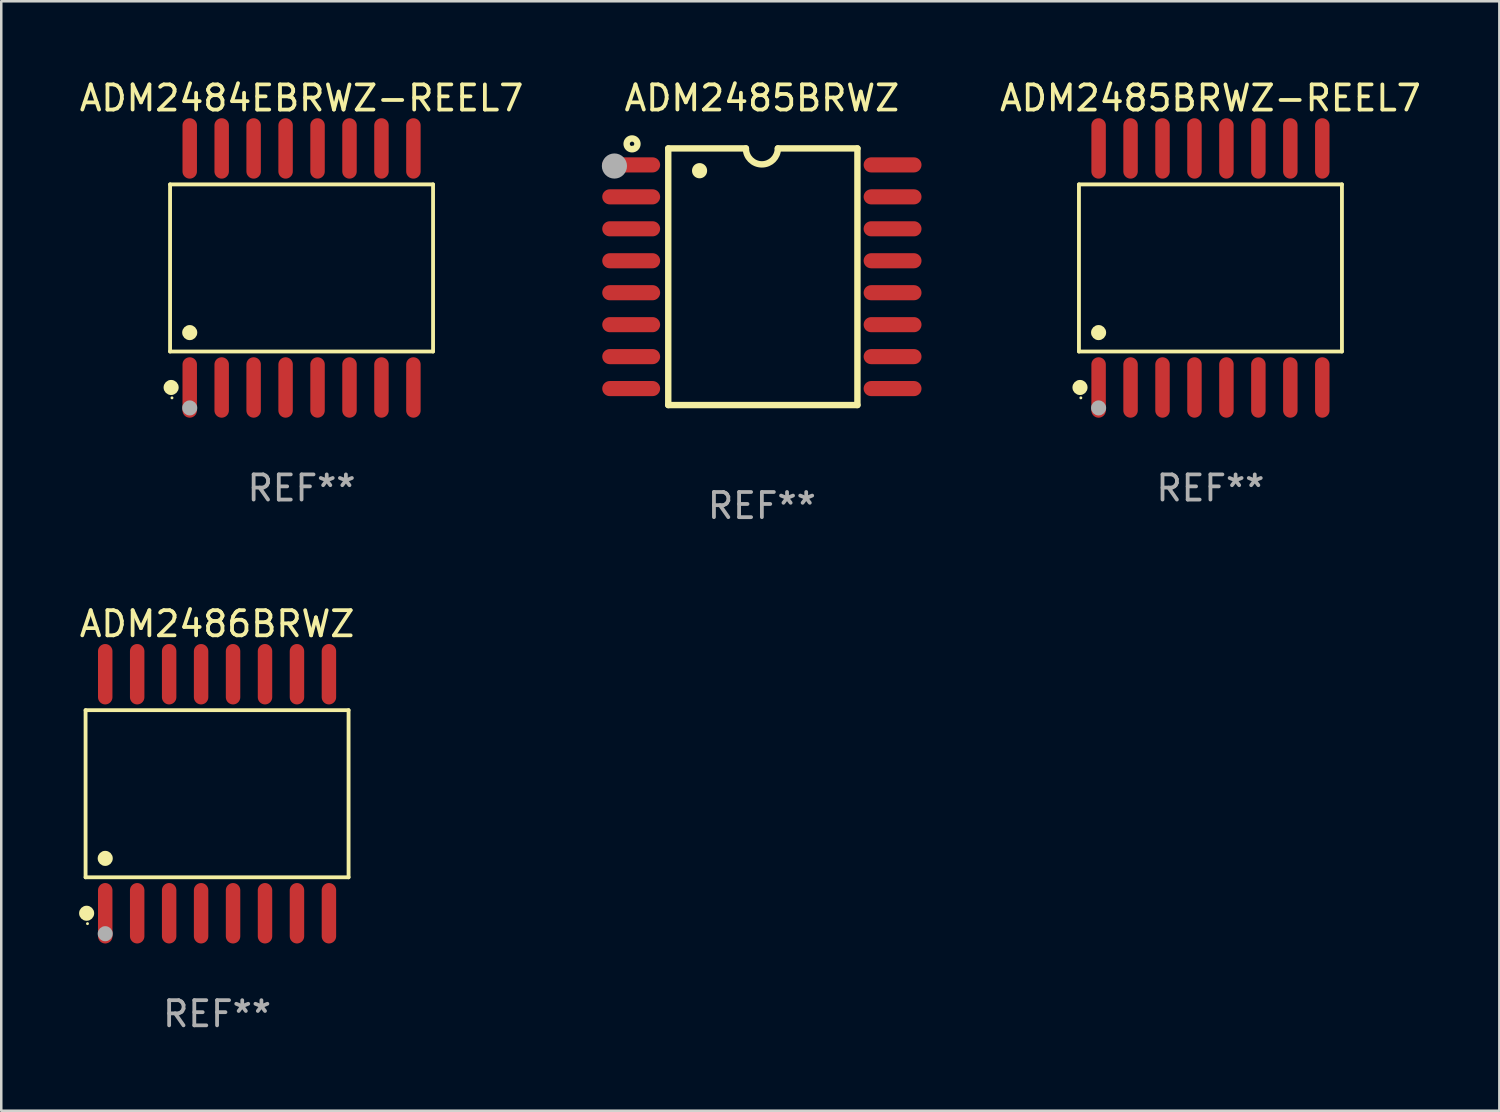
<source format=kicad_pcb>
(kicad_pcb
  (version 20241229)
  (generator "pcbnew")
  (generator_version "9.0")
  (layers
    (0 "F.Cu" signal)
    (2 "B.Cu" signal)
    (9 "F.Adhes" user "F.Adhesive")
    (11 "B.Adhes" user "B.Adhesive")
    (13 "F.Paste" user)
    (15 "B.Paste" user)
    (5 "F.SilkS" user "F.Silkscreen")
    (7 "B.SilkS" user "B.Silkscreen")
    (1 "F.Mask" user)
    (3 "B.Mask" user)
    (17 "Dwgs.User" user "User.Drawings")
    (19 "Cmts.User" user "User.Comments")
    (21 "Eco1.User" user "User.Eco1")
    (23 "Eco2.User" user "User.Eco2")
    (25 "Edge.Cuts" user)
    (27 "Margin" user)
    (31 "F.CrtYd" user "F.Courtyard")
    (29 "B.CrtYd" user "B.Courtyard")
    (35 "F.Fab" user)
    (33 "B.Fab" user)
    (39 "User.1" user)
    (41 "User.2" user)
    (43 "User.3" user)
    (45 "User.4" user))
  (footprint "ADM2484EBRWZ-REEL7"
    (layer "F.Cu")
    (at 8.935 7.599)
    (property "Reference" "ADM2484EBRWZ-REEL7" (at 0 -6.75 0) (layer "F.SilkS") (effects (font (size 1 1) (thickness 0.15))))
    (attr through_hole)
    (fp_line (start -5.226 -3.321) (end 5.226 -3.321) (stroke (width 0.152) (type solid)) (layer "F.SilkS"))
    (fp_line (start -5.226 3.321) (end -5.226 -3.321) (stroke (width 0.152) (type solid)) (layer "F.SilkS"))
    (fp_line (start 5.226 -3.321) (end 5.226 3.321) (stroke (width 0.152) (type solid)) (layer "F.SilkS"))
    (fp_line (start 5.226 3.321) (end -5.226 3.321) (stroke (width 0.152) (type solid)) (layer "F.SilkS"))
    (fp_circle (center -5.184 4.75) (end -5.034 4.75) (stroke (width 0.3) (type solid)) (fill no) (layer "F.SilkS"))
    (fp_circle (center -5.15 5.163) (end -5.12 5.163) (stroke (width 0.06) (type solid)) (fill no) (layer "F.SilkS"))
    (fp_circle (center -4.445 2.569) (end -4.295 2.569) (stroke (width 0.3) (type solid)) (fill no) (layer "F.SilkS"))
    (fp_circle (center -4.445 5.563) (end -4.295 5.563) (stroke (width 0.3) (type solid)) (fill no) (layer "F.Fab"))
    (fp_text user "REF**" (at 0 8.75 0) (layer "F.Fab") (effects (font (size 1 1) (thickness 0.15))))
    (pad "1" smd oval (at -4.445 4.75) (size 0.574 2.401) (layers "F.Cu" "F.Mask" "F.Paste"))
    (pad "2" smd oval (at -3.175 4.75) (size 0.574 2.401) (layers "F.Cu" "F.Mask" "F.Paste"))
    (pad "3" smd oval (at -1.905 4.75) (size 0.574 2.401) (layers "F.Cu" "F.Mask" "F.Paste"))
    (pad "4" smd oval (at -0.635 4.75) (size 0.574 2.401) (layers "F.Cu" "F.Mask" "F.Paste"))
    (pad "5" smd oval (at 0.635 4.75) (size 0.574 2.401) (layers "F.Cu" "F.Mask" "F.Paste"))
    (pad "6" smd oval (at 1.905 4.75) (size 0.574 2.401) (layers "F.Cu" "F.Mask" "F.Paste"))
    (pad "7" smd oval (at 3.175 4.75) (size 0.574 2.401) (layers "F.Cu" "F.Mask" "F.Paste"))
    (pad "8" smd oval (at 4.445 4.75) (size 0.574 2.401) (layers "F.Cu" "F.Mask" "F.Paste"))
    (pad "9" smd oval (at 4.445 -4.75) (size 0.574 2.401) (layers "F.Cu" "F.Mask" "F.Paste"))
    (pad "10" smd oval (at 3.175 -4.75) (size 0.574 2.401) (layers "F.Cu" "F.Mask" "F.Paste"))
    (pad "11" smd oval (at 1.905 -4.75) (size 0.574 2.401) (layers "F.Cu" "F.Mask" "F.Paste"))
    (pad "12" smd oval (at 0.635 -4.75) (size 0.574 2.401) (layers "F.Cu" "F.Mask" "F.Paste"))
    (pad "13" smd oval (at -0.635 -4.75) (size 0.574 2.401) (layers "F.Cu" "F.Mask" "F.Paste"))
    (pad "14" smd oval (at -1.905 -4.75) (size 0.574 2.401) (layers "F.Cu" "F.Mask" "F.Paste"))
    (pad "15" smd oval (at -3.175 -4.75) (size 0.574 2.401) (layers "F.Cu" "F.Mask" "F.Paste"))
    (pad "16" smd oval (at -4.445 -4.75) (size 0.574 2.401) (layers "F.Cu" "F.Mask" "F.Paste")))
  (footprint "ADM2486BRWZ"
    (layer "F.Cu")
    (at 5.577 28.495)
    (property "Reference" "ADM2486BRWZ" (at 0 -6.75 0) (layer "F.SilkS") (effects (font (size 1 1) (thickness 0.15))))
    (attr through_hole)
    (fp_line (start -5.226 -3.321) (end 5.226 -3.321) (stroke (width 0.152) (type solid)) (layer "F.SilkS"))
    (fp_line (start -5.226 3.321) (end -5.226 -3.321) (stroke (width 0.152) (type solid)) (layer "F.SilkS"))
    (fp_line (start 5.226 -3.321) (end 5.226 3.321) (stroke (width 0.152) (type solid)) (layer "F.SilkS"))
    (fp_line (start 5.226 3.321) (end -5.226 3.321) (stroke (width 0.152) (type solid)) (layer "F.SilkS"))
    (fp_circle (center -5.184 4.75) (end -5.034 4.75) (stroke (width 0.3) (type solid)) (fill no) (layer "F.SilkS"))
    (fp_circle (center -5.15 5.163) (end -5.12 5.163) (stroke (width 0.06) (type solid)) (fill no) (layer "F.SilkS"))
    (fp_circle (center -4.445 2.569) (end -4.295 2.569) (stroke (width 0.3) (type solid)) (fill no) (layer "F.SilkS"))
    (fp_circle (center -4.445 5.563) (end -4.295 5.563) (stroke (width 0.3) (type solid)) (fill no) (layer "F.Fab"))
    (fp_text user "REF**" (at 0 8.75 0) (layer "F.Fab") (effects (font (size 1 1) (thickness 0.15))))
    (pad "1" smd oval (at -4.445 4.75) (size 0.574 2.401) (layers "F.Cu" "F.Mask" "F.Paste"))
    (pad "2" smd oval (at -3.175 4.75) (size 0.574 2.401) (layers "F.Cu" "F.Mask" "F.Paste"))
    (pad "3" smd oval (at -1.905 4.75) (size 0.574 2.401) (layers "F.Cu" "F.Mask" "F.Paste"))
    (pad "4" smd oval (at -0.635 4.75) (size 0.574 2.401) (layers "F.Cu" "F.Mask" "F.Paste"))
    (pad "5" smd oval (at 0.635 4.75) (size 0.574 2.401) (layers "F.Cu" "F.Mask" "F.Paste"))
    (pad "6" smd oval (at 1.905 4.75) (size 0.574 2.401) (layers "F.Cu" "F.Mask" "F.Paste"))
    (pad "7" smd oval (at 3.175 4.75) (size 0.574 2.401) (layers "F.Cu" "F.Mask" "F.Paste"))
    (pad "8" smd oval (at 4.445 4.75) (size 0.574 2.401) (layers "F.Cu" "F.Mask" "F.Paste"))
    (pad "9" smd oval (at 4.445 -4.75) (size 0.574 2.401) (layers "F.Cu" "F.Mask" "F.Paste"))
    (pad "10" smd oval (at 3.175 -4.75) (size 0.574 2.401) (layers "F.Cu" "F.Mask" "F.Paste"))
    (pad "11" smd oval (at 1.905 -4.75) (size 0.574 2.401) (layers "F.Cu" "F.Mask" "F.Paste"))
    (pad "12" smd oval (at 0.635 -4.75) (size 0.574 2.401) (layers "F.Cu" "F.Mask" "F.Paste"))
    (pad "13" smd oval (at -0.635 -4.75) (size 0.574 2.401) (layers "F.Cu" "F.Mask" "F.Paste"))
    (pad "14" smd oval (at -1.905 -4.75) (size 0.574 2.401) (layers "F.Cu" "F.Mask" "F.Paste"))
    (pad "15" smd oval (at -3.175 -4.75) (size 0.574 2.401) (layers "F.Cu" "F.Mask" "F.Paste"))
    (pad "16" smd oval (at -4.445 -4.75) (size 0.574 2.401) (layers "F.Cu" "F.Mask" "F.Paste")))
  (footprint "ADM2485BRWZ"
    (layer "F.Cu")
    (at 27.229 7.948)
    (property "Reference" "ADM2485BRWZ" (at 0 -7.1 0) (layer "F.SilkS") (effects (font (size 1 1) (thickness 0.15))))
    (attr through_hole)
    (fp_line (start -3.721 -5.1) (end -3.721 5.1) (stroke (width 0.254) (type solid)) (layer "F.SilkS"))
    (fp_line (start -3.721 -5.1) (end -0.635 -5.1) (stroke (width 0.254) (type solid)) (layer "F.SilkS"))
    (fp_line (start -3.721 5.1) (end 3.797 5.1) (stroke (width 0.254) (type solid)) (layer "F.SilkS"))
    (fp_line (start 3.797 -5.1) (end 0.635 -5.1) (stroke (width 0.254) (type solid)) (layer "F.SilkS"))
    (fp_line (start 3.797 5.1) (end 3.797 -5.1) (stroke (width 0.254) (type solid)) (layer "F.SilkS"))
    (fp_arc (start -2.476556 -4.211328) (mid -2.476567 -4.213868) (end -2.476556 -4.216408) (stroke (width 0.6) (type solid)) (layer "F.SilkS"))
    (fp_arc (start 0.63495 -5.100076) (mid -0.000178 -4.465329) (end -0.635052 -5.10033) (stroke (width 0.254001) (type solid)) (layer "F.SilkS"))
    (fp_circle (center -5.16 -5.28) (end -4.945 -5.28) (stroke (width 0.254) (type solid)) (fill no) (layer "F.SilkS"))
    (fp_circle (center -5.15 -5.15) (end -5.12 -5.15) (stroke (width 0.06) (type solid)) (fill no) (layer "F.SilkS"))
    (fp_circle (center -5.86 -4.4) (end -5.61 -4.4) (stroke (width 0.5) (type solid)) (fill no) (layer "F.Fab"))
    (fp_text user "REF**" (at 0 9.1 0) (layer "F.Fab") (effects (font (size 1 1) (thickness 0.15))))
    (pad "1" smd oval (at -5.194 -4.445) (size 2.3 0.6) (layers "F.Cu" "F.Mask" "F.Paste"))
    (pad "2" smd oval (at -5.194 -3.175) (size 2.3 0.6) (layers "F.Cu" "F.Mask" "F.Paste"))
    (pad "3" smd oval (at -5.194 -1.905) (size 2.3 0.6) (layers "F.Cu" "F.Mask" "F.Paste"))
    (pad "4" smd oval (at -5.194 -0.635) (size 2.3 0.6) (layers "F.Cu" "F.Mask" "F.Paste"))
    (pad "5" smd oval (at -5.194 0.635) (size 2.3 0.6) (layers "F.Cu" "F.Mask" "F.Paste"))
    (pad "6" smd oval (at -5.194 1.905) (size 2.3 0.6) (layers "F.Cu" "F.Mask" "F.Paste"))
    (pad "7" smd oval (at -5.194 3.175) (size 2.3 0.6) (layers "F.Cu" "F.Mask" "F.Paste"))
    (pad "8" smd oval (at -5.194 4.445) (size 2.3 0.6) (layers "F.Cu" "F.Mask" "F.Paste"))
    (pad "9" smd oval (at 5.194 4.445) (size 2.3 0.6) (layers "F.Cu" "F.Mask" "F.Paste"))
    (pad "10" smd oval (at 5.194 3.175) (size 2.3 0.6) (layers "F.Cu" "F.Mask" "F.Paste"))
    (pad "11" smd oval (at 5.194 1.905) (size 2.3 0.6) (layers "F.Cu" "F.Mask" "F.Paste"))
    (pad "12" smd oval (at 5.194 0.635) (size 2.3 0.6) (layers "F.Cu" "F.Mask" "F.Paste"))
    (pad "13" smd oval (at 5.194 -0.635) (size 2.3 0.6) (layers "F.Cu" "F.Mask" "F.Paste"))
    (pad "14" smd oval (at 5.194 -1.905) (size 2.3 0.6) (layers "F.Cu" "F.Mask" "F.Paste"))
    (pad "15" smd oval (at 5.194 -3.175) (size 2.3 0.6) (layers "F.Cu" "F.Mask" "F.Paste"))
    (pad "16" smd oval (at 5.194 -4.445) (size 2.3 0.6) (layers "F.Cu" "F.Mask" "F.Paste")))
  (footprint "ADM2485BRWZ-REEL7"
    (layer "F.Cu")
    (at 45.056 7.599)
    (property "Reference" "ADM2485BRWZ-REEL7" (at 0 -6.75 0) (layer "F.SilkS") (effects (font (size 1 1) (thickness 0.15))))
    (attr through_hole)
    (fp_line (start -5.226 -3.321) (end 5.226 -3.321) (stroke (width 0.152) (type solid)) (layer "F.SilkS"))
    (fp_line (start -5.226 3.321) (end -5.226 -3.321) (stroke (width 0.152) (type solid)) (layer "F.SilkS"))
    (fp_line (start 5.226 -3.321) (end 5.226 3.321) (stroke (width 0.152) (type solid)) (layer "F.SilkS"))
    (fp_line (start 5.226 3.321) (end -5.226 3.321) (stroke (width 0.152) (type solid)) (layer "F.SilkS"))
    (fp_circle (center -5.184 4.75) (end -5.034 4.75) (stroke (width 0.3) (type solid)) (fill no) (layer "F.SilkS"))
    (fp_circle (center -5.15 5.163) (end -5.12 5.163) (stroke (width 0.06) (type solid)) (fill no) (layer "F.SilkS"))
    (fp_circle (center -4.445 2.569) (end -4.295 2.569) (stroke (width 0.3) (type solid)) (fill no) (layer "F.SilkS"))
    (fp_circle (center -4.445 5.563) (end -4.295 5.563) (stroke (width 0.3) (type solid)) (fill no) (layer "F.Fab"))
    (fp_text user "REF**" (at 0 8.75 0) (layer "F.Fab") (effects (font (size 1 1) (thickness 0.15))))
    (pad "1" smd oval (at -4.445 4.75) (size 0.574 2.401) (layers "F.Cu" "F.Mask" "F.Paste"))
    (pad "2" smd oval (at -3.175 4.75) (size 0.574 2.401) (layers "F.Cu" "F.Mask" "F.Paste"))
    (pad "3" smd oval (at -1.905 4.75) (size 0.574 2.401) (layers "F.Cu" "F.Mask" "F.Paste"))
    (pad "4" smd oval (at -0.635 4.75) (size 0.574 2.401) (layers "F.Cu" "F.Mask" "F.Paste"))
    (pad "5" smd oval (at 0.635 4.75) (size 0.574 2.401) (layers "F.Cu" "F.Mask" "F.Paste"))
    (pad "6" smd oval (at 1.905 4.75) (size 0.574 2.401) (layers "F.Cu" "F.Mask" "F.Paste"))
    (pad "7" smd oval (at 3.175 4.75) (size 0.574 2.401) (layers "F.Cu" "F.Mask" "F.Paste"))
    (pad "8" smd oval (at 4.445 4.75) (size 0.574 2.401) (layers "F.Cu" "F.Mask" "F.Paste"))
    (pad "9" smd oval (at 4.445 -4.75) (size 0.574 2.401) (layers "F.Cu" "F.Mask" "F.Paste"))
    (pad "10" smd oval (at 3.175 -4.75) (size 0.574 2.401) (layers "F.Cu" "F.Mask" "F.Paste"))
    (pad "11" smd oval (at 1.905 -4.75) (size 0.574 2.401) (layers "F.Cu" "F.Mask" "F.Paste"))
    (pad "12" smd oval (at 0.635 -4.75) (size 0.574 2.401) (layers "F.Cu" "F.Mask" "F.Paste"))
    (pad "13" smd oval (at -0.635 -4.75) (size 0.574 2.401) (layers "F.Cu" "F.Mask" "F.Paste"))
    (pad "14" smd oval (at -1.905 -4.75) (size 0.574 2.401) (layers "F.Cu" "F.Mask" "F.Paste"))
    (pad "15" smd oval (at -3.175 -4.75) (size 0.574 2.401) (layers "F.Cu" "F.Mask" "F.Paste"))
    (pad "16" smd oval (at -4.445 -4.75) (size 0.574 2.401) (layers "F.Cu" "F.Mask" "F.Paste")))
  (gr_rect
    (start -3 -3)
    (end 56.538 41.094)
    (stroke (width 0.1) (type default))
    (fill no)
    (layer "Edge.Cuts")))
</source>
